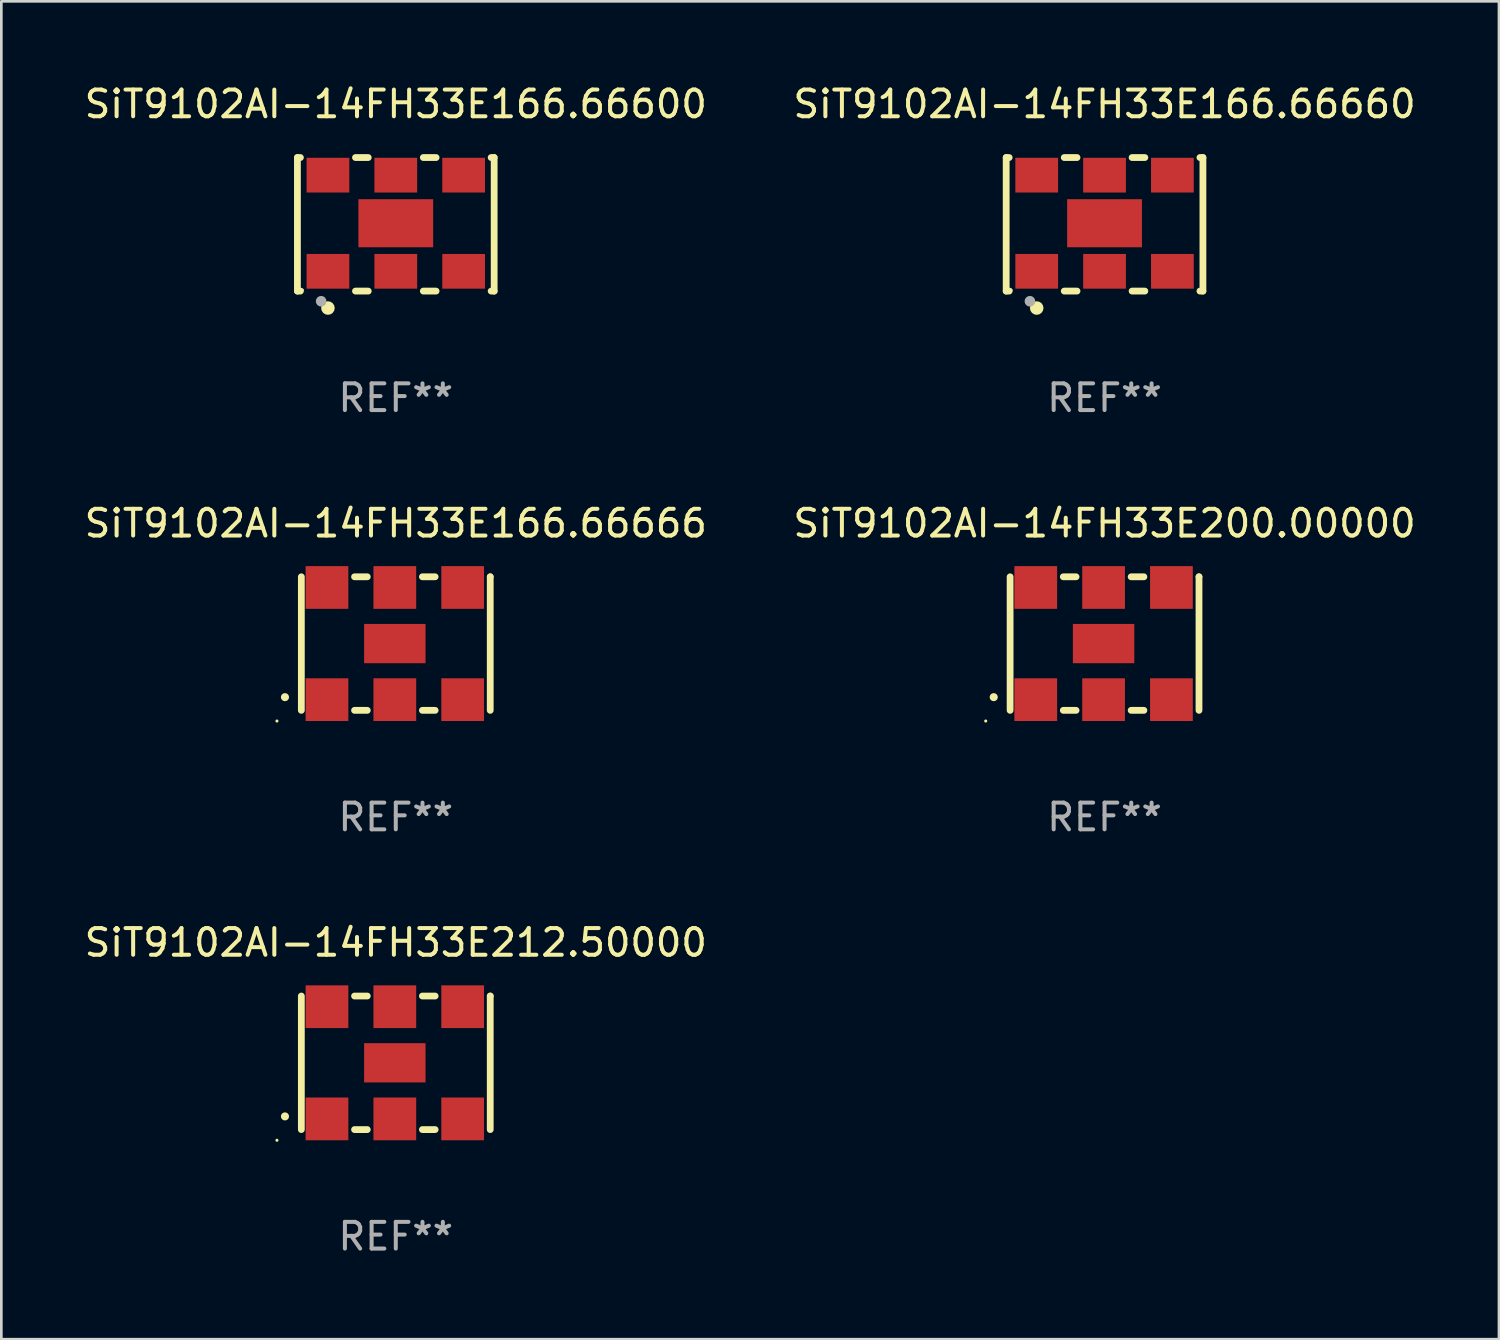
<source format=kicad_pcb>
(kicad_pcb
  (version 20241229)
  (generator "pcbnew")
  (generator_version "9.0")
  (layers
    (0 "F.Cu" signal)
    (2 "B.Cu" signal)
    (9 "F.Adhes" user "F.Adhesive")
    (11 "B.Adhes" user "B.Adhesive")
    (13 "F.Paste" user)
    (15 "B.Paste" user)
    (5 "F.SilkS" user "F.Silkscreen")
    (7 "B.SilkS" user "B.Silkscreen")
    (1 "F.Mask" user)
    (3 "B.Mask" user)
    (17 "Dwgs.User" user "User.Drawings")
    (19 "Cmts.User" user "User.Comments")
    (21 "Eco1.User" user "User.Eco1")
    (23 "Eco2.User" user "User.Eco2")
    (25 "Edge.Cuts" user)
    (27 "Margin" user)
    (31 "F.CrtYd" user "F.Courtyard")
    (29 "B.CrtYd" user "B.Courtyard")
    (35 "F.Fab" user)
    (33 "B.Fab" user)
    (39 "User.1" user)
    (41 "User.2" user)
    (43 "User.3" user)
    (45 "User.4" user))
  (footprint "SiT9102AI-14FH33E166.66666"
    (layer "F.Cu")
    (at 11.768 21.045)
    (property "Reference" "SiT9102AI-14FH33E166.66666" (at 0 -4.5 0) (layer "F.SilkS") (effects (font (size 1 1) (thickness 0.15))))
    (attr through_hole)
    (fp_line (start -3.536 -2.5) (end -3.536 2.5) (stroke (width 0.254) (type solid)) (layer "F.SilkS"))
    (fp_line (start -1.544 2.5) (end -1.067 2.5) (stroke (width 0.254) (type solid)) (layer "F.SilkS"))
    (fp_line (start -1.067 -2.5) (end -1.544 -2.5) (stroke (width 0.254) (type solid)) (layer "F.SilkS"))
    (fp_line (start 0.996 2.5) (end 1.473 2.5) (stroke (width 0.254) (type solid)) (layer "F.SilkS"))
    (fp_line (start 1.473 -2.5) (end 0.996 -2.5) (stroke (width 0.254) (type solid)) (layer "F.SilkS"))
    (fp_line (start 3.536 -2.5) (end 3.536 -2.5) (stroke (width 0.254) (type solid)) (layer "F.SilkS"))
    (fp_line (start 3.536 2.5) (end 3.536 -2.5) (stroke (width 0.254) (type solid)) (layer "F.SilkS"))
    (fp_arc (start -4.150432 2.006604) (mid -4.149162 2.006599) (end -4.147892 2.006604) (stroke (width 0.3) (type solid)) (layer "F.SilkS"))
    (fp_circle (center -4.449 2.9) (end -4.419 2.9) (stroke (width 0.06) (type solid)) (fill no) (layer "F.SilkS"))
    (fp_text user "REF**" (at 0 6.5 0) (layer "F.Fab") (effects (font (size 1 1) (thickness 0.15))))
    (pad "1" smd rect (at -2.576 2.1) (size 1.6 1.6) (layers "F.Cu" "F.Mask" "F.Paste"))
    (pad "2" smd rect (at -0.036 2.1) (size 1.6 1.6) (layers "F.Cu" "F.Mask" "F.Paste"))
    (pad "3" smd rect (at 2.504 2.1) (size 1.6 1.6) (layers "F.Cu" "F.Mask" "F.Paste"))
    (pad "4" smd rect (at 2.504 -2.1) (size 1.6 1.6) (layers "F.Cu" "F.Mask" "F.Paste"))
    (pad "5" smd rect (at -0.036 -2.1) (size 1.6 1.6) (layers "F.Cu" "F.Mask" "F.Paste"))
    (pad "6" smd rect (at -2.576 -2.1) (size 1.6 1.6) (layers "F.Cu" "F.Mask" "F.Paste"))
    (pad "7" smd rect (at -0.036 0) (size 2.3 1.47) (layers "F.Cu" "F.Mask" "F.Paste")))
  (footprint "SiT9102AI-14FH33E166.66660"
    (layer "F.Cu")
    (at 38.304 5.348)
    (property "Reference" "SiT9102AI-14FH33E166.66660" (at 0 -4.5 0) (layer "F.SilkS") (effects (font (size 1 1) (thickness 0.15))))
    (attr through_hole)
    (fp_line (start -3.683 -2.5) (end -3.571 -2.5) (stroke (width 0.254) (type solid)) (layer "F.SilkS"))
    (fp_line (start -3.683 2.5) (end -3.683 -2.5) (stroke (width 0.254) (type solid)) (layer "F.SilkS"))
    (fp_line (start -3.683 2.5) (end -3.571 2.5) (stroke (width 0.254) (type solid)) (layer "F.SilkS"))
    (fp_line (start -1.509 -2.5) (end -1.031 -2.5) (stroke (width 0.254) (type solid)) (layer "F.SilkS"))
    (fp_line (start -1.509 2.5) (end -1.031 2.5) (stroke (width 0.254) (type solid)) (layer "F.SilkS"))
    (fp_line (start 1.031 -2.5) (end 1.509 -2.5) (stroke (width 0.254) (type solid)) (layer "F.SilkS"))
    (fp_line (start 1.031 2.5) (end 1.509 2.5) (stroke (width 0.254) (type solid)) (layer "F.SilkS"))
    (fp_line (start 3.571 -2.5) (end 3.683 -2.5) (stroke (width 0.254) (type solid)) (layer "F.SilkS"))
    (fp_line (start 3.571 2.5) (end 3.683 2.5) (stroke (width 0.254) (type solid)) (layer "F.SilkS"))
    (fp_line (start 3.683 2.5) (end 3.683 -2.5) (stroke (width 0.254) (type solid)) (layer "F.SilkS"))
    (fp_circle (center -3.5 2.46) (end -3.47 2.46) (stroke (width 0.06) (type solid)) (fill no) (layer "F.SilkS"))
    (fp_circle (center -2.54 3.135) (end -2.413 3.135) (stroke (width 0.254) (type solid)) (fill no) (layer "F.SilkS"))
    (fp_circle (center -2.794 2.881) (end -2.694 2.881) (stroke (width 0.2) (type solid)) (fill no) (layer "F.Fab"))
    (fp_text user "REF**" (at 0 6.5 0) (layer "F.Fab") (effects (font (size 1 1) (thickness 0.15))))
    (pad "1" smd rect (at -2.54 1.76) (size 1.6 1.3) (layers "F.Cu" "F.Mask" "F.Paste"))
    (pad "2" smd rect (at 0 1.76) (size 1.6 1.3) (layers "F.Cu" "F.Mask" "F.Paste"))
    (pad "3" smd rect (at 2.54 1.76) (size 1.6 1.3) (layers "F.Cu" "F.Mask" "F.Paste"))
    (pad "4" smd rect (at 2.54 -1.84) (size 1.6 1.3) (layers "F.Cu" "F.Mask" "F.Paste"))
    (pad "5" smd rect (at 0 -1.84) (size 1.6 1.3) (layers "F.Cu" "F.Mask" "F.Paste"))
    (pad "6" smd rect (at -2.54 -1.84) (size 1.6 1.3) (layers "F.Cu" "F.Mask" "F.Paste"))
    (pad "7" smd rect (at 0 -0.04) (size 2.8 1.8) (layers "F.Cu" "F.Mask" "F.Paste")))
  (footprint "SiT9102AI-14FH33E200.00000"
    (layer "F.Cu")
    (at 38.304 21.045)
    (property "Reference" "SiT9102AI-14FH33E200.00000" (at 0 -4.5 0) (layer "F.SilkS") (effects (font (size 1 1) (thickness 0.15))))
    (attr through_hole)
    (fp_line (start -3.536 -2.5) (end -3.536 2.5) (stroke (width 0.254) (type solid)) (layer "F.SilkS"))
    (fp_line (start -1.544 2.5) (end -1.067 2.5) (stroke (width 0.254) (type solid)) (layer "F.SilkS"))
    (fp_line (start -1.067 -2.5) (end -1.544 -2.5) (stroke (width 0.254) (type solid)) (layer "F.SilkS"))
    (fp_line (start 0.996 2.5) (end 1.473 2.5) (stroke (width 0.254) (type solid)) (layer "F.SilkS"))
    (fp_line (start 1.473 -2.5) (end 0.996 -2.5) (stroke (width 0.254) (type solid)) (layer "F.SilkS"))
    (fp_line (start 3.536 -2.5) (end 3.536 -2.5) (stroke (width 0.254) (type solid)) (layer "F.SilkS"))
    (fp_line (start 3.536 2.5) (end 3.536 -2.5) (stroke (width 0.254) (type solid)) (layer "F.SilkS"))
    (fp_arc (start -4.150432 2.006604) (mid -4.149162 2.006599) (end -4.147892 2.006604) (stroke (width 0.3) (type solid)) (layer "F.SilkS"))
    (fp_circle (center -4.449 2.9) (end -4.419 2.9) (stroke (width 0.06) (type solid)) (fill no) (layer "F.SilkS"))
    (fp_text user "REF**" (at 0 6.5 0) (layer "F.Fab") (effects (font (size 1 1) (thickness 0.15))))
    (pad "1" smd rect (at -2.576 2.1) (size 1.6 1.6) (layers "F.Cu" "F.Mask" "F.Paste"))
    (pad "2" smd rect (at -0.036 2.1) (size 1.6 1.6) (layers "F.Cu" "F.Mask" "F.Paste"))
    (pad "3" smd rect (at 2.504 2.1) (size 1.6 1.6) (layers "F.Cu" "F.Mask" "F.Paste"))
    (pad "4" smd rect (at 2.504 -2.1) (size 1.6 1.6) (layers "F.Cu" "F.Mask" "F.Paste"))
    (pad "5" smd rect (at -0.036 -2.1) (size 1.6 1.6) (layers "F.Cu" "F.Mask" "F.Paste"))
    (pad "6" smd rect (at -2.576 -2.1) (size 1.6 1.6) (layers "F.Cu" "F.Mask" "F.Paste"))
    (pad "7" smd rect (at -0.036 0) (size 2.3 1.47) (layers "F.Cu" "F.Mask" "F.Paste")))
  (footprint "SiT9102AI-14FH33E212.50000"
    (layer "F.Cu")
    (at 11.768 36.741)
    (property "Reference" "SiT9102AI-14FH33E212.50000" (at 0 -4.5 0) (layer "F.SilkS") (effects (font (size 1 1) (thickness 0.15))))
    (attr through_hole)
    (fp_line (start -3.536 -2.5) (end -3.536 2.5) (stroke (width 0.254) (type solid)) (layer "F.SilkS"))
    (fp_line (start -1.544 2.5) (end -1.067 2.5) (stroke (width 0.254) (type solid)) (layer "F.SilkS"))
    (fp_line (start -1.067 -2.5) (end -1.544 -2.5) (stroke (width 0.254) (type solid)) (layer "F.SilkS"))
    (fp_line (start 0.996 2.5) (end 1.473 2.5) (stroke (width 0.254) (type solid)) (layer "F.SilkS"))
    (fp_line (start 1.473 -2.5) (end 0.996 -2.5) (stroke (width 0.254) (type solid)) (layer "F.SilkS"))
    (fp_line (start 3.536 -2.5) (end 3.536 -2.5) (stroke (width 0.254) (type solid)) (layer "F.SilkS"))
    (fp_line (start 3.536 2.5) (end 3.536 -2.5) (stroke (width 0.254) (type solid)) (layer "F.SilkS"))
    (fp_arc (start -4.150432 2.006604) (mid -4.149162 2.006599) (end -4.147892 2.006604) (stroke (width 0.3) (type solid)) (layer "F.SilkS"))
    (fp_circle (center -4.449 2.9) (end -4.419 2.9) (stroke (width 0.06) (type solid)) (fill no) (layer "F.SilkS"))
    (fp_text user "REF**" (at 0 6.5 0) (layer "F.Fab") (effects (font (size 1 1) (thickness 0.15))))
    (pad "1" smd rect (at -2.576 2.1) (size 1.6 1.6) (layers "F.Cu" "F.Mask" "F.Paste"))
    (pad "2" smd rect (at -0.036 2.1) (size 1.6 1.6) (layers "F.Cu" "F.Mask" "F.Paste"))
    (pad "3" smd rect (at 2.504 2.1) (size 1.6 1.6) (layers "F.Cu" "F.Mask" "F.Paste"))
    (pad "4" smd rect (at 2.504 -2.1) (size 1.6 1.6) (layers "F.Cu" "F.Mask" "F.Paste"))
    (pad "5" smd rect (at -0.036 -2.1) (size 1.6 1.6) (layers "F.Cu" "F.Mask" "F.Paste"))
    (pad "6" smd rect (at -2.576 -2.1) (size 1.6 1.6) (layers "F.Cu" "F.Mask" "F.Paste"))
    (pad "7" smd rect (at -0.036 0) (size 2.3 1.47) (layers "F.Cu" "F.Mask" "F.Paste")))
  (footprint "SiT9102AI-14FH33E166.66600"
    (layer "F.Cu")
    (at 11.768 5.348)
    (property "Reference" "SiT9102AI-14FH33E166.66600" (at 0 -4.5 0) (layer "F.SilkS") (effects (font (size 1 1) (thickness 0.15))))
    (attr through_hole)
    (fp_line (start -3.683 -2.5) (end -3.571 -2.5) (stroke (width 0.254) (type solid)) (layer "F.SilkS"))
    (fp_line (start -3.683 2.5) (end -3.683 -2.5) (stroke (width 0.254) (type solid)) (layer "F.SilkS"))
    (fp_line (start -3.683 2.5) (end -3.571 2.5) (stroke (width 0.254) (type solid)) (layer "F.SilkS"))
    (fp_line (start -1.509 -2.5) (end -1.031 -2.5) (stroke (width 0.254) (type solid)) (layer "F.SilkS"))
    (fp_line (start -1.509 2.5) (end -1.031 2.5) (stroke (width 0.254) (type solid)) (layer "F.SilkS"))
    (fp_line (start 1.031 -2.5) (end 1.509 -2.5) (stroke (width 0.254) (type solid)) (layer "F.SilkS"))
    (fp_line (start 1.031 2.5) (end 1.509 2.5) (stroke (width 0.254) (type solid)) (layer "F.SilkS"))
    (fp_line (start 3.571 -2.5) (end 3.683 -2.5) (stroke (width 0.254) (type solid)) (layer "F.SilkS"))
    (fp_line (start 3.571 2.5) (end 3.683 2.5) (stroke (width 0.254) (type solid)) (layer "F.SilkS"))
    (fp_line (start 3.683 2.5) (end 3.683 -2.5) (stroke (width 0.254) (type solid)) (layer "F.SilkS"))
    (fp_circle (center -3.5 2.46) (end -3.47 2.46) (stroke (width 0.06) (type solid)) (fill no) (layer "F.SilkS"))
    (fp_circle (center -2.54 3.135) (end -2.413 3.135) (stroke (width 0.254) (type solid)) (fill no) (layer "F.SilkS"))
    (fp_circle (center -2.794 2.881) (end -2.694 2.881) (stroke (width 0.2) (type solid)) (fill no) (layer "F.Fab"))
    (fp_text user "REF**" (at 0 6.5 0) (layer "F.Fab") (effects (font (size 1 1) (thickness 0.15))))
    (pad "1" smd rect (at -2.54 1.76) (size 1.6 1.3) (layers "F.Cu" "F.Mask" "F.Paste"))
    (pad "2" smd rect (at 0 1.76) (size 1.6 1.3) (layers "F.Cu" "F.Mask" "F.Paste"))
    (pad "3" smd rect (at 2.54 1.76) (size 1.6 1.3) (layers "F.Cu" "F.Mask" "F.Paste"))
    (pad "4" smd rect (at 2.54 -1.84) (size 1.6 1.3) (layers "F.Cu" "F.Mask" "F.Paste"))
    (pad "5" smd rect (at 0 -1.84) (size 1.6 1.3) (layers "F.Cu" "F.Mask" "F.Paste"))
    (pad "6" smd rect (at -2.54 -1.84) (size 1.6 1.3) (layers "F.Cu" "F.Mask" "F.Paste"))
    (pad "7" smd rect (at 0 -0.04) (size 2.8 1.8) (layers "F.Cu" "F.Mask" "F.Paste")))
  (gr_rect
    (start -3 -3)
    (end 53.071 47.09)
    (stroke (width 0.1) (type default))
    (fill no)
    (layer "Edge.Cuts")))
</source>
